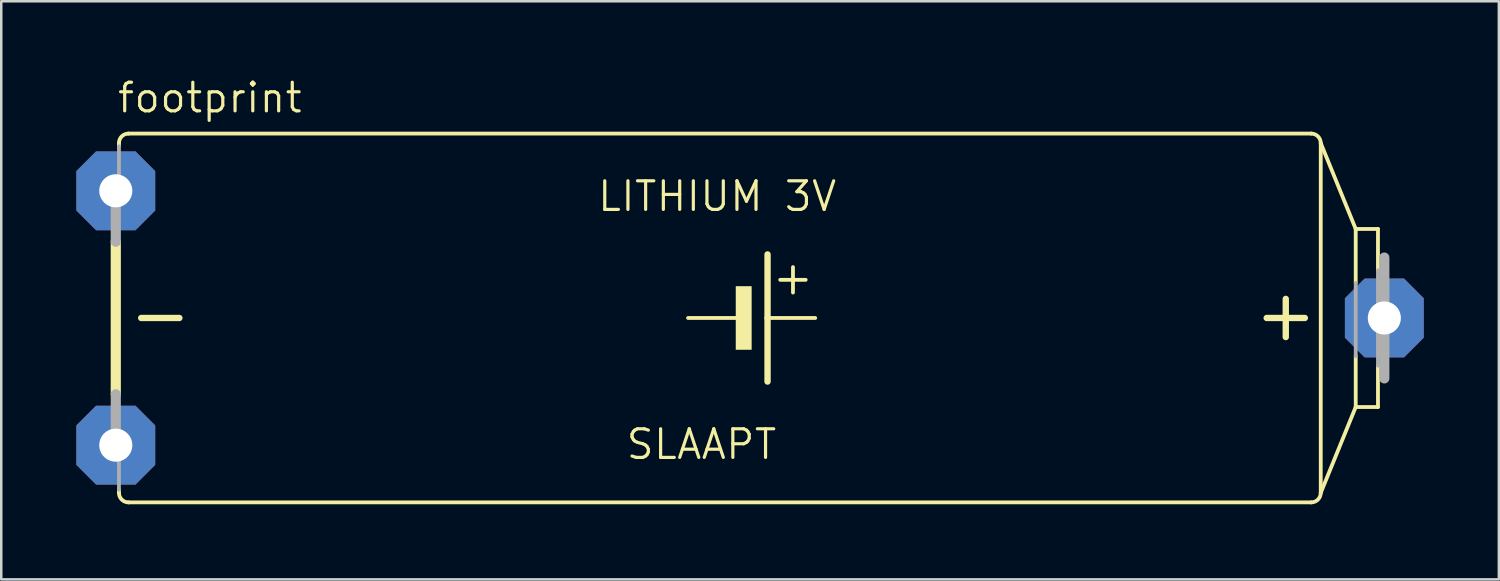
<source format=kicad_pcb>
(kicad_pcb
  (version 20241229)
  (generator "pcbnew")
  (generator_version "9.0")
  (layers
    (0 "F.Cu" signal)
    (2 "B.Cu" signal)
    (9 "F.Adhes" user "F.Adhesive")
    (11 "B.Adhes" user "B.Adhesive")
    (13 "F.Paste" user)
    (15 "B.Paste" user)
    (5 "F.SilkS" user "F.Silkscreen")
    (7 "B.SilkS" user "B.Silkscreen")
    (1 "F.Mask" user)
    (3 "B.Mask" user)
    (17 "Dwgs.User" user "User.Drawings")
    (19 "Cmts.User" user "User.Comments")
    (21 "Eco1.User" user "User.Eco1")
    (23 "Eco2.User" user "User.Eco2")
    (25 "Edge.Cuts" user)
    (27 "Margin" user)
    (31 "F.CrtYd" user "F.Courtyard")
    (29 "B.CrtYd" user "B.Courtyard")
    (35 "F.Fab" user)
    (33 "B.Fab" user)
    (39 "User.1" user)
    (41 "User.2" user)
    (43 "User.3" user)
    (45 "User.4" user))
  (footprint "footprint"
    (layer "F.Cu")
    (at 26.975 9.652)
    (property "Reference" "footprint" (at -25.4 -8.128 0) (layer "F.SilkS") (effects (font (size 1.143 1.143) (thickness 0.127)) (justify left bottom)))
    (fp_line (start -25.4 3.048) (end -25.4 -3.048) (stroke (width 0.406) (type solid)) (layer "F.SilkS"))
    (fp_line (start -25.273 -6.858) (end -25.273 -6.985) (stroke (width 0.152) (type solid)) (layer "F.SilkS"))
    (fp_line (start -25.273 6.985) (end -25.273 6.858) (stroke (width 0.152) (type solid)) (layer "F.SilkS"))
    (fp_line (start -24.384 0) (end -22.86 0) (stroke (width 0.254) (type solid)) (layer "F.SilkS"))
    (fp_line (start -2.54 0) (end -0.635 0) (stroke (width 0.152) (type solid)) (layer "F.SilkS"))
    (fp_line (start 0.635 -2.54) (end 0.635 0) (stroke (width 0.254) (type solid)) (layer "F.SilkS"))
    (fp_line (start 0.635 0) (end 0.635 2.54) (stroke (width 0.254) (type solid)) (layer "F.SilkS"))
    (fp_line (start 0.635 0) (end 2.54 0) (stroke (width 0.152) (type solid)) (layer "F.SilkS"))
    (fp_line (start 1.143 -1.524) (end 2.159 -1.524) (stroke (width 0.152) (type solid)) (layer "F.SilkS"))
    (fp_line (start 1.651 -2.032) (end 1.651 -1.016) (stroke (width 0.152) (type solid)) (layer "F.SilkS"))
    (fp_line (start 20.574 0) (end 22.098 0) (stroke (width 0.254) (type solid)) (layer "F.SilkS"))
    (fp_line (start 21.336 0.762) (end 21.336 -0.762) (stroke (width 0.254) (type solid)) (layer "F.SilkS"))
    (fp_line (start 22.352 -7.366) (end -24.892 -7.366) (stroke (width 0.152) (type solid)) (layer "F.SilkS"))
    (fp_line (start 22.352 7.366) (end -24.892 7.366) (stroke (width 0.152) (type solid)) (layer "F.SilkS"))
    (fp_line (start 22.733 -6.985) (end 22.733 6.985) (stroke (width 0.152) (type solid)) (layer "F.SilkS"))
    (fp_line (start 22.733 6.985) (end 24.13 3.556) (stroke (width 0.152) (type solid)) (layer "F.SilkS"))
    (fp_line (start 24.13 -3.556) (end 22.733 -6.985) (stroke (width 0.152) (type solid)) (layer "F.SilkS"))
    (fp_line (start 24.13 -1.397) (end 24.13 -3.556) (stroke (width 0.152) (type solid)) (layer "F.SilkS"))
    (fp_line (start 24.13 3.556) (end 24.13 1.524) (stroke (width 0.152) (type solid)) (layer "F.SilkS"))
    (fp_line (start 25.019 -3.556) (end 24.13 -3.556) (stroke (width 0.152) (type solid)) (layer "F.SilkS"))
    (fp_line (start 25.019 -1.905) (end 25.019 -3.556) (stroke (width 0.152) (type solid)) (layer "F.SilkS"))
    (fp_line (start 25.019 3.556) (end 24.13 3.556) (stroke (width 0.152) (type solid)) (layer "F.SilkS"))
    (fp_line (start 25.019 3.556) (end 25.019 1.905) (stroke (width 0.152) (type solid)) (layer "F.SilkS"))
    (fp_arc (start -25.273 -6.985) (mid -25.161408 -7.254408) (end -24.892 -7.366) (stroke (width 0.1524) (type solid)) (layer "F.SilkS"))
    (fp_arc (start -24.892 7.366) (mid -25.161408 7.254408) (end -25.273 6.985) (stroke (width 0.1524) (type solid)) (layer "F.SilkS"))
    (fp_arc (start 22.352 -7.366) (mid 22.621408 -7.254408) (end 22.733 -6.985) (stroke (width 0.1524) (type solid)) (layer "F.SilkS"))
    (fp_arc (start 22.733 6.985) (mid 22.621408 7.254408) (end 22.352 7.366) (stroke (width 0.1524) (type solid)) (layer "F.SilkS"))
    (fp_poly (pts (xy -0.635 1.27) (xy 0 1.27) (xy 0 -1.27) (xy -0.635 -1.27)) (stroke (width 0) (type solid)) (fill yes) (layer "F.SilkS"))
    (fp_line (start -25.4 -3.048) (end -25.4 -5.461) (stroke (width 0.406) (type solid)) (layer "F.Fab"))
    (fp_line (start -25.4 5.461) (end -25.4 3.048) (stroke (width 0.406) (type solid)) (layer "F.Fab"))
    (fp_line (start -25.273 -6.858) (end -25.273 -5.461) (stroke (width 0.152) (type solid)) (layer "F.Fab"))
    (fp_line (start -25.273 6.858) (end -25.273 5.461) (stroke (width 0.152) (type solid)) (layer "F.Fab"))
    (fp_line (start 24.13 1.524) (end 24.13 -1.397) (stroke (width 0.152) (type solid)) (layer "F.Fab"))
    (fp_line (start 25.019 1.905) (end 25.019 -1.905) (stroke (width 0.152) (type solid)) (layer "F.Fab"))
    (fp_line (start 25.273 2.413) (end 25.273 -2.413) (stroke (width 0.406) (type solid)) (layer "F.Fab"))
    (fp_text user "LITHIUM 3V" (at -6.223 -4.191 0) (layer "F.SilkS") (effects (font (size 1.143 1.143) (thickness 0.127)) (justify left bottom)))
    (fp_text user "SLAAPT" (at -5.08 5.715 0) (layer "F.SilkS") (effects (font (size 1.143 1.143) (thickness 0.127)) (justify left bottom)))
    (pad "+" thru_hole roundrect (at 25.273 0) (size 3.15 3.15) (drill 1.321) (layers "*.Cu" "*.Mask") (roundrect_rratio 0.25) (chamfer_ratio 0.25) (chamfer top_left top_right bottom_left bottom_right))
    (pad "-" thru_hole roundrect (at -25.4 5.08) (size 3.15 3.15) (drill 1.321) (layers "*.Cu" "*.Mask") (roundrect_rratio 0.25) (chamfer_ratio 0.25) (chamfer top_left top_right bottom_left bottom_right))
    (pad "-@1" thru_hole roundrect (at -25.4 -5.08) (size 3.15 3.15) (drill 1.321) (layers "*.Cu" "*.Mask") (roundrect_rratio 0.25) (chamfer_ratio 0.25) (chamfer top_left top_right bottom_left bottom_right)))
  (gr_rect
    (start -3 -3)
    (end 56.823 20.094)
    (stroke (width 0.1) (type default))
    (fill no)
    (layer "Edge.Cuts")))
</source>
